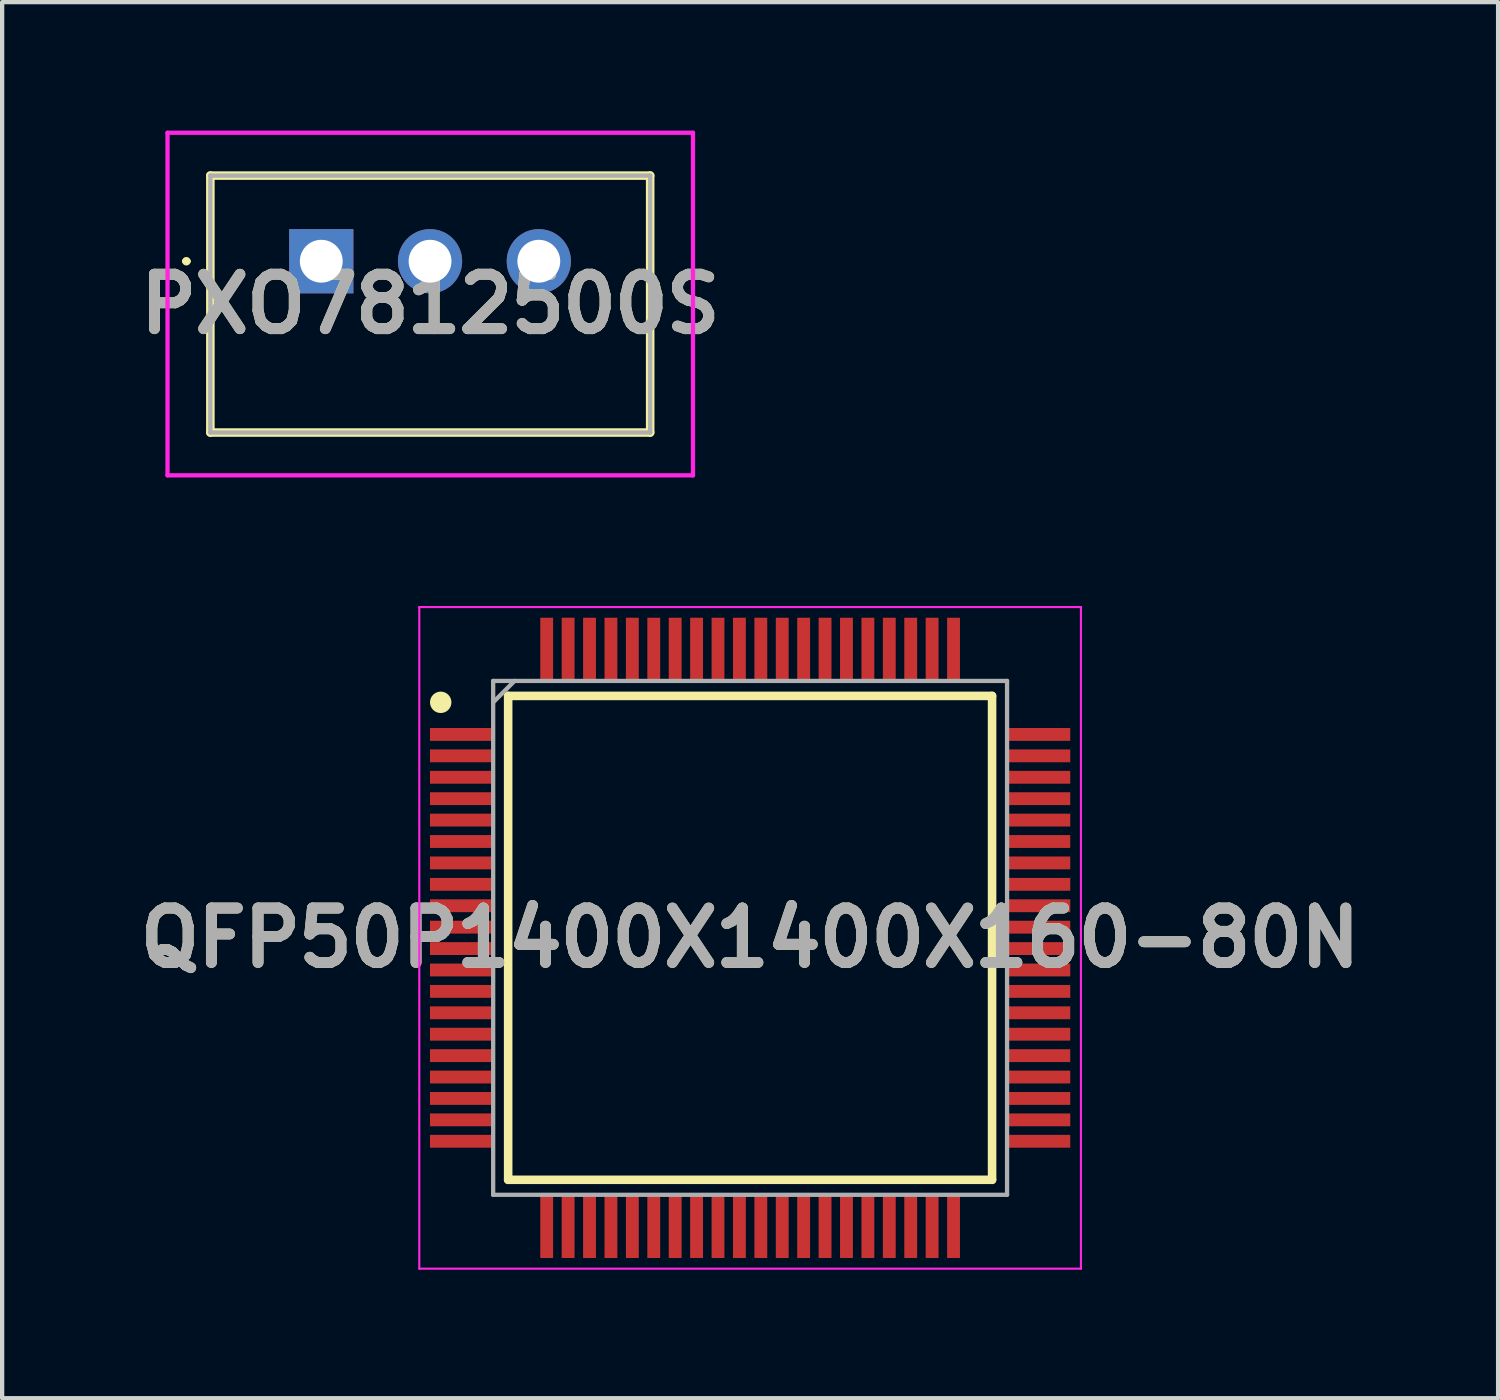
<source format=kicad_pcb>
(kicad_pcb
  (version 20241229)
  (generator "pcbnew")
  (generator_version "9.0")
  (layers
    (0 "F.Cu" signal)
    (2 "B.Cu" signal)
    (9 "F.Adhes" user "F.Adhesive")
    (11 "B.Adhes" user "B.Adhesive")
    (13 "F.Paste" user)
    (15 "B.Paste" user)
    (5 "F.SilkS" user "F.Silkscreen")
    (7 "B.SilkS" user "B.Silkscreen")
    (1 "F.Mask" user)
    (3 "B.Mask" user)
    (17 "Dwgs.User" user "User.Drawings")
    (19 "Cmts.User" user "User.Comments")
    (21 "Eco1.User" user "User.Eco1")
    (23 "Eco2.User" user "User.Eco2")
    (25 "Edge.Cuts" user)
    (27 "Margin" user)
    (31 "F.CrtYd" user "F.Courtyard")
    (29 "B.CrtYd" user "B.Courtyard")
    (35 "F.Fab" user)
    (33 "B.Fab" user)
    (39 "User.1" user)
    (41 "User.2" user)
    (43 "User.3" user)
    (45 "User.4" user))
  (footprint "QFP50P1400X1400X160-80N"
    (layer "F.Cu")
    (at 14.466 18.85)
    (property "Reference" "QFP50P1400X1400X160-80N" (at 0 0 0) (layer "F.SilkS") (effects (font (size 1.27 1.27) (thickness 0.254))))
    (attr smd)
    (fp_line (start -5.65 -5.65) (end 5.65 -5.65) (stroke (width 0.2) (type solid)) (layer "F.SilkS"))
    (fp_line (start -5.65 5.65) (end -5.65 -5.65) (stroke (width 0.2) (type solid)) (layer "F.SilkS"))
    (fp_line (start 5.65 -5.65) (end 5.65 5.65) (stroke (width 0.2) (type solid)) (layer "F.SilkS"))
    (fp_line (start 5.65 5.65) (end -5.65 5.65) (stroke (width 0.2) (type solid)) (layer "F.SilkS"))
    (fp_circle (center -7.225 -5.5) (end -7.225 -5.375) (stroke (width 0.25) (type solid)) (fill no) (layer "F.SilkS"))
    (fp_line (start -7.725 -7.725) (end 7.725 -7.725) (stroke (width 0.05) (type solid)) (layer "F.CrtYd"))
    (fp_line (start -7.725 7.725) (end -7.725 -7.725) (stroke (width 0.05) (type solid)) (layer "F.CrtYd"))
    (fp_line (start 7.725 -7.725) (end 7.725 7.725) (stroke (width 0.05) (type solid)) (layer "F.CrtYd"))
    (fp_line (start 7.725 7.725) (end -7.725 7.725) (stroke (width 0.05) (type solid)) (layer "F.CrtYd"))
    (fp_line (start -6 -6) (end 6 -6) (stroke (width 0.1) (type solid)) (layer "F.Fab"))
    (fp_line (start -6 -5.5) (end -5.5 -6) (stroke (width 0.1) (type solid)) (layer "F.Fab"))
    (fp_line (start -6 6) (end -6 -6) (stroke (width 0.1) (type solid)) (layer "F.Fab"))
    (fp_line (start 6 -6) (end 6 6) (stroke (width 0.1) (type solid)) (layer "F.Fab"))
    (fp_line (start 6 6) (end -6 6) (stroke (width 0.1) (type solid)) (layer "F.Fab"))
    (fp_text user "${REFERENCE}" (at 0 0 0) (layer "F.Fab") (effects (font (size 1.27 1.27) (thickness 0.254))))
    (pad "1" smd rect (at -6.738 -4.75 90) (size 0.3 1.475) (layers "F.Cu" "F.Mask" "F.Paste"))
    (pad "2" smd rect (at -6.738 -4.25 90) (size 0.3 1.475) (layers "F.Cu" "F.Mask" "F.Paste"))
    (pad "3" smd rect (at -6.738 -3.75 90) (size 0.3 1.475) (layers "F.Cu" "F.Mask" "F.Paste"))
    (pad "4" smd rect (at -6.738 -3.25 90) (size 0.3 1.475) (layers "F.Cu" "F.Mask" "F.Paste"))
    (pad "5" smd rect (at -6.738 -2.75 90) (size 0.3 1.475) (layers "F.Cu" "F.Mask" "F.Paste"))
    (pad "6" smd rect (at -6.738 -2.25 90) (size 0.3 1.475) (layers "F.Cu" "F.Mask" "F.Paste"))
    (pad "7" smd rect (at -6.738 -1.75 90) (size 0.3 1.475) (layers "F.Cu" "F.Mask" "F.Paste"))
    (pad "8" smd rect (at -6.738 -1.25 90) (size 0.3 1.475) (layers "F.Cu" "F.Mask" "F.Paste"))
    (pad "9" smd rect (at -6.738 -0.75 90) (size 0.3 1.475) (layers "F.Cu" "F.Mask" "F.Paste"))
    (pad "10" smd rect (at -6.738 -0.25 90) (size 0.3 1.475) (layers "F.Cu" "F.Mask" "F.Paste"))
    (pad "11" smd rect (at -6.738 0.25 90) (size 0.3 1.475) (layers "F.Cu" "F.Mask" "F.Paste"))
    (pad "12" smd rect (at -6.738 0.75 90) (size 0.3 1.475) (layers "F.Cu" "F.Mask" "F.Paste"))
    (pad "13" smd rect (at -6.738 1.25 90) (size 0.3 1.475) (layers "F.Cu" "F.Mask" "F.Paste"))
    (pad "14" smd rect (at -6.738 1.75 90) (size 0.3 1.475) (layers "F.Cu" "F.Mask" "F.Paste"))
    (pad "15" smd rect (at -6.738 2.25 90) (size 0.3 1.475) (layers "F.Cu" "F.Mask" "F.Paste"))
    (pad "16" smd rect (at -6.738 2.75 90) (size 0.3 1.475) (layers "F.Cu" "F.Mask" "F.Paste"))
    (pad "17" smd rect (at -6.738 3.25 90) (size 0.3 1.475) (layers "F.Cu" "F.Mask" "F.Paste"))
    (pad "18" smd rect (at -6.738 3.75 90) (size 0.3 1.475) (layers "F.Cu" "F.Mask" "F.Paste"))
    (pad "19" smd rect (at -6.738 4.25 90) (size 0.3 1.475) (layers "F.Cu" "F.Mask" "F.Paste"))
    (pad "20" smd rect (at -6.738 4.75 90) (size 0.3 1.475) (layers "F.Cu" "F.Mask" "F.Paste"))
    (pad "21" smd rect (at -4.75 6.738) (size 0.3 1.475) (layers "F.Cu" "F.Mask" "F.Paste"))
    (pad "22" smd rect (at -4.25 6.738) (size 0.3 1.475) (layers "F.Cu" "F.Mask" "F.Paste"))
    (pad "23" smd rect (at -3.75 6.738) (size 0.3 1.475) (layers "F.Cu" "F.Mask" "F.Paste"))
    (pad "24" smd rect (at -3.25 6.738) (size 0.3 1.475) (layers "F.Cu" "F.Mask" "F.Paste"))
    (pad "25" smd rect (at -2.75 6.738) (size 0.3 1.475) (layers "F.Cu" "F.Mask" "F.Paste"))
    (pad "26" smd rect (at -2.25 6.738) (size 0.3 1.475) (layers "F.Cu" "F.Mask" "F.Paste"))
    (pad "27" smd rect (at -1.75 6.738) (size 0.3 1.475) (layers "F.Cu" "F.Mask" "F.Paste"))
    (pad "28" smd rect (at -1.25 6.738) (size 0.3 1.475) (layers "F.Cu" "F.Mask" "F.Paste"))
    (pad "29" smd rect (at -0.75 6.738) (size 0.3 1.475) (layers "F.Cu" "F.Mask" "F.Paste"))
    (pad "30" smd rect (at -0.25 6.738) (size 0.3 1.475) (layers "F.Cu" "F.Mask" "F.Paste"))
    (pad "31" smd rect (at 0.25 6.738) (size 0.3 1.475) (layers "F.Cu" "F.Mask" "F.Paste"))
    (pad "32" smd rect (at 0.75 6.738) (size 0.3 1.475) (layers "F.Cu" "F.Mask" "F.Paste"))
    (pad "33" smd rect (at 1.25 6.738) (size 0.3 1.475) (layers "F.Cu" "F.Mask" "F.Paste"))
    (pad "34" smd rect (at 1.75 6.738) (size 0.3 1.475) (layers "F.Cu" "F.Mask" "F.Paste"))
    (pad "35" smd rect (at 2.25 6.738) (size 0.3 1.475) (layers "F.Cu" "F.Mask" "F.Paste"))
    (pad "36" smd rect (at 2.75 6.738) (size 0.3 1.475) (layers "F.Cu" "F.Mask" "F.Paste"))
    (pad "37" smd rect (at 3.25 6.738) (size 0.3 1.475) (layers "F.Cu" "F.Mask" "F.Paste"))
    (pad "38" smd rect (at 3.75 6.738) (size 0.3 1.475) (layers "F.Cu" "F.Mask" "F.Paste"))
    (pad "39" smd rect (at 4.25 6.738) (size 0.3 1.475) (layers "F.Cu" "F.Mask" "F.Paste"))
    (pad "40" smd rect (at 4.75 6.738) (size 0.3 1.475) (layers "F.Cu" "F.Mask" "F.Paste"))
    (pad "41" smd rect (at 6.738 4.75 90) (size 0.3 1.475) (layers "F.Cu" "F.Mask" "F.Paste"))
    (pad "42" smd rect (at 6.738 4.25 90) (size 0.3 1.475) (layers "F.Cu" "F.Mask" "F.Paste"))
    (pad "43" smd rect (at 6.738 3.75 90) (size 0.3 1.475) (layers "F.Cu" "F.Mask" "F.Paste"))
    (pad "44" smd rect (at 6.738 3.25 90) (size 0.3 1.475) (layers "F.Cu" "F.Mask" "F.Paste"))
    (pad "45" smd rect (at 6.738 2.75 90) (size 0.3 1.475) (layers "F.Cu" "F.Mask" "F.Paste"))
    (pad "46" smd rect (at 6.738 2.25 90) (size 0.3 1.475) (layers "F.Cu" "F.Mask" "F.Paste"))
    (pad "47" smd rect (at 6.738 1.75 90) (size 0.3 1.475) (layers "F.Cu" "F.Mask" "F.Paste"))
    (pad "48" smd rect (at 6.738 1.25 90) (size 0.3 1.475) (layers "F.Cu" "F.Mask" "F.Paste"))
    (pad "49" smd rect (at 6.738 0.75 90) (size 0.3 1.475) (layers "F.Cu" "F.Mask" "F.Paste"))
    (pad "50" smd rect (at 6.738 0.25 90) (size 0.3 1.475) (layers "F.Cu" "F.Mask" "F.Paste"))
    (pad "51" smd rect (at 6.738 -0.25 90) (size 0.3 1.475) (layers "F.Cu" "F.Mask" "F.Paste"))
    (pad "52" smd rect (at 6.738 -0.75 90) (size 0.3 1.475) (layers "F.Cu" "F.Mask" "F.Paste"))
    (pad "53" smd rect (at 6.738 -1.25 90) (size 0.3 1.475) (layers "F.Cu" "F.Mask" "F.Paste"))
    (pad "54" smd rect (at 6.738 -1.75 90) (size 0.3 1.475) (layers "F.Cu" "F.Mask" "F.Paste"))
    (pad "55" smd rect (at 6.738 -2.25 90) (size 0.3 1.475) (layers "F.Cu" "F.Mask" "F.Paste"))
    (pad "56" smd rect (at 6.738 -2.75 90) (size 0.3 1.475) (layers "F.Cu" "F.Mask" "F.Paste"))
    (pad "57" smd rect (at 6.738 -3.25 90) (size 0.3 1.475) (layers "F.Cu" "F.Mask" "F.Paste"))
    (pad "58" smd rect (at 6.738 -3.75 90) (size 0.3 1.475) (layers "F.Cu" "F.Mask" "F.Paste"))
    (pad "59" smd rect (at 6.738 -4.25 90) (size 0.3 1.475) (layers "F.Cu" "F.Mask" "F.Paste"))
    (pad "60" smd rect (at 6.738 -4.75 90) (size 0.3 1.475) (layers "F.Cu" "F.Mask" "F.Paste"))
    (pad "61" smd rect (at 4.75 -6.738) (size 0.3 1.475) (layers "F.Cu" "F.Mask" "F.Paste"))
    (pad "62" smd rect (at 4.25 -6.738) (size 0.3 1.475) (layers "F.Cu" "F.Mask" "F.Paste"))
    (pad "63" smd rect (at 3.75 -6.738) (size 0.3 1.475) (layers "F.Cu" "F.Mask" "F.Paste"))
    (pad "64" smd rect (at 3.25 -6.738) (size 0.3 1.475) (layers "F.Cu" "F.Mask" "F.Paste"))
    (pad "65" smd rect (at 2.75 -6.738) (size 0.3 1.475) (layers "F.Cu" "F.Mask" "F.Paste"))
    (pad "66" smd rect (at 2.25 -6.738) (size 0.3 1.475) (layers "F.Cu" "F.Mask" "F.Paste"))
    (pad "67" smd rect (at 1.75 -6.738) (size 0.3 1.475) (layers "F.Cu" "F.Mask" "F.Paste"))
    (pad "68" smd rect (at 1.25 -6.738) (size 0.3 1.475) (layers "F.Cu" "F.Mask" "F.Paste"))
    (pad "69" smd rect (at 0.75 -6.738) (size 0.3 1.475) (layers "F.Cu" "F.Mask" "F.Paste"))
    (pad "70" smd rect (at 0.25 -6.738) (size 0.3 1.475) (layers "F.Cu" "F.Mask" "F.Paste"))
    (pad "71" smd rect (at -0.25 -6.738) (size 0.3 1.475) (layers "F.Cu" "F.Mask" "F.Paste"))
    (pad "72" smd rect (at -0.75 -6.738) (size 0.3 1.475) (layers "F.Cu" "F.Mask" "F.Paste"))
    (pad "73" smd rect (at -1.25 -6.738) (size 0.3 1.475) (layers "F.Cu" "F.Mask" "F.Paste"))
    (pad "74" smd rect (at -1.75 -6.738) (size 0.3 1.475) (layers "F.Cu" "F.Mask" "F.Paste"))
    (pad "75" smd rect (at -2.25 -6.738) (size 0.3 1.475) (layers "F.Cu" "F.Mask" "F.Paste"))
    (pad "76" smd rect (at -2.75 -6.738) (size 0.3 1.475) (layers "F.Cu" "F.Mask" "F.Paste"))
    (pad "77" smd rect (at -3.25 -6.738) (size 0.3 1.475) (layers "F.Cu" "F.Mask" "F.Paste"))
    (pad "78" smd rect (at -3.75 -6.738) (size 0.3 1.475) (layers "F.Cu" "F.Mask" "F.Paste"))
    (pad "79" smd rect (at -4.25 -6.738) (size 0.3 1.475) (layers "F.Cu" "F.Mask" "F.Paste"))
    (pad "80" smd rect (at -4.75 -6.738) (size 0.3 1.475) (layers "F.Cu" "F.Mask" "F.Paste")))
  (footprint "PXO7812500S"
    (layer "F.Cu")
    (at 4.452 3.05)
    (property "Reference" "PXO7812500S" (at 2.545 1 0) (layer "F.SilkS") (effects (font (size 1.27 1.27) (thickness 0.254))))
    (attr through_hole)
    (fp_line (start -3.2 0) (end -3.2 0) (stroke (width 0.1) (type solid)) (layer "F.SilkS"))
    (fp_line (start -3.1 0) (end -3.1 0) (stroke (width 0.1) (type solid)) (layer "F.SilkS"))
    (fp_line (start -2.59 -2) (end 7.68 -2) (stroke (width 0.2) (type solid)) (layer "F.SilkS"))
    (fp_line (start -2.59 4) (end -2.59 -2) (stroke (width 0.2) (type solid)) (layer "F.SilkS"))
    (fp_line (start 7.68 -2) (end 7.68 4) (stroke (width 0.2) (type solid)) (layer "F.SilkS"))
    (fp_line (start 7.68 4) (end -2.59 4) (stroke (width 0.2) (type solid)) (layer "F.SilkS"))
    (fp_arc (start -3.2 0) (mid -3.15 -0.05) (end -3.1 0) (stroke (width 0.1) (type solid)) (layer "F.SilkS"))
    (fp_arc (start -3.1 0) (mid -3.15 0.05) (end -3.2 0) (stroke (width 0.1) (type solid)) (layer "F.SilkS"))
    (fp_line (start -3.59 -3) (end 8.68 -3) (stroke (width 0.1) (type solid)) (layer "F.CrtYd"))
    (fp_line (start -3.59 5) (end -3.59 -3) (stroke (width 0.1) (type solid)) (layer "F.CrtYd"))
    (fp_line (start 8.68 -3) (end 8.68 5) (stroke (width 0.1) (type solid)) (layer "F.CrtYd"))
    (fp_line (start 8.68 5) (end -3.59 5) (stroke (width 0.1) (type solid)) (layer "F.CrtYd"))
    (fp_line (start -2.59 -2) (end 7.68 -2) (stroke (width 0.1) (type solid)) (layer "F.Fab"))
    (fp_line (start -2.59 4) (end -2.59 -2) (stroke (width 0.1) (type solid)) (layer "F.Fab"))
    (fp_line (start 7.68 -2) (end 7.68 4) (stroke (width 0.1) (type solid)) (layer "F.Fab"))
    (fp_line (start 7.68 4) (end -2.59 4) (stroke (width 0.1) (type solid)) (layer "F.Fab"))
    (fp_text user "${REFERENCE}" (at 2.545 1 0) (layer "F.Fab") (effects (font (size 1.27 1.27) (thickness 0.254))))
    (pad "1" thru_hole rect (at 0 0) (size 1.5 1.5) (drill 1) (layers "*.Cu" "*.Mask"))
    (pad "2" thru_hole circle (at 2.54 0) (size 1.5 1.5) (drill 1) (layers "*.Cu" "*.Mask"))
    (pad "3" thru_hole circle (at 5.08 0) (size 1.5 1.5) (drill 1) (layers "*.Cu" "*.Mask")))
  (gr_rect
    (start -3 -3)
    (end 31.932 29.6)
    (stroke (width 0.1) (type default))
    (fill no)
    (layer "Edge.Cuts")))
</source>
